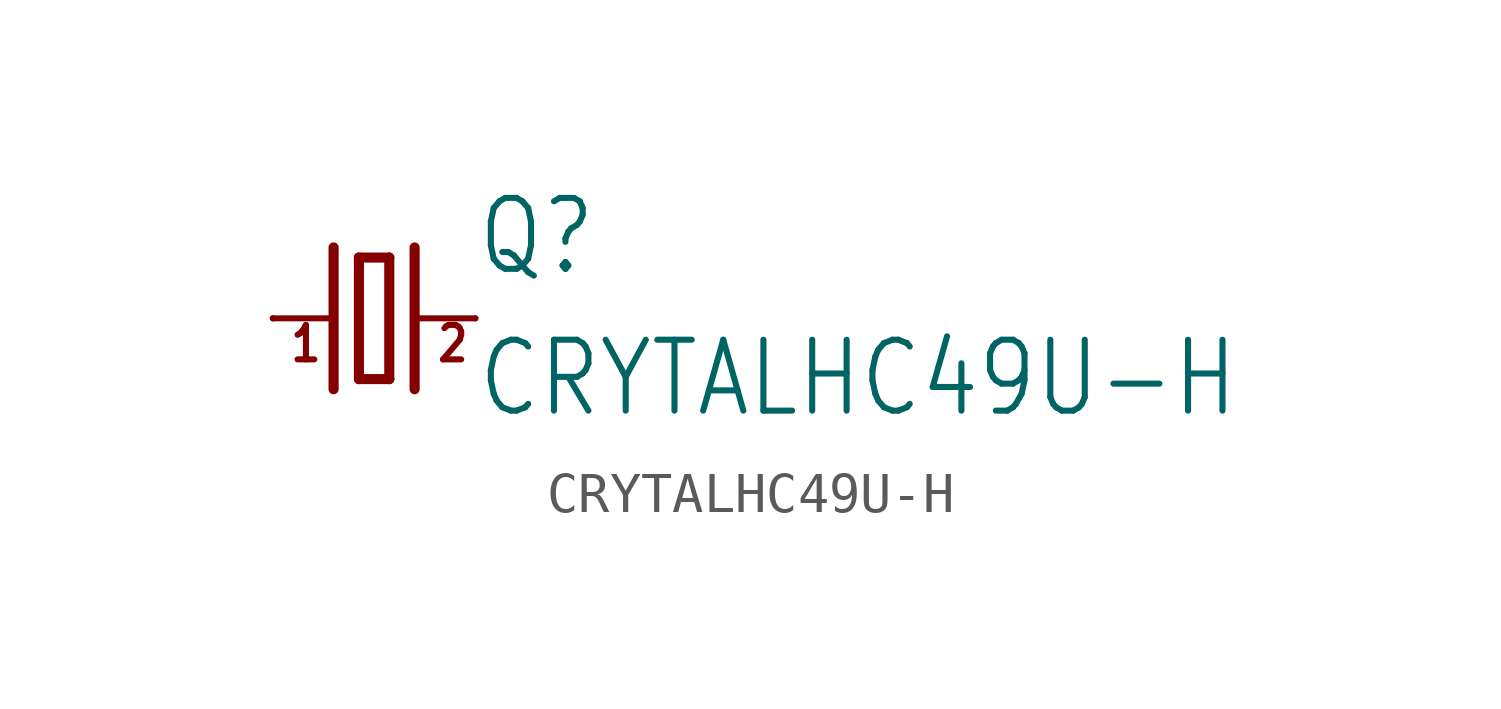
<source format=kicad_sym>
(kicad_symbol_lib
  (version 20211014)
  (generator kicad_symbol_editor)
  (symbol "CRYTALHC49U-H"
    (property "Reference" "Q"
      (at 2.54 1.016 0)
      (effects (font (size 1.778 1.511)) (justify left bottom)))
    (property "Value" "CRYTALHC49U-H"
      (at 2.54 -2.54 0)
      (effects (font (size 1.778 1.511)) (justify left bottom)))
    (property "ki_locked" ""
      (at 0 0 0)
      (effects (font (size 1.27 1.27))))
    (symbol "CRYTALHC49U-H_1_0"
      (polyline (pts (xy -2.54 0) (xy -1.016 0)) (stroke (width 0.152) (type default) (color 0 0 0 0)) (fill (type none)))
      (polyline (pts (xy -1.016 1.778) (xy -1.016 -1.778)) (stroke (width 0.254) (type default) (color 0 0 0 0)) (fill (type none)))
      (polyline (pts (xy -0.381 -1.524) (xy 0.381 -1.524)) (stroke (width 0.254) (type default) (color 0 0 0 0)) (fill (type none)))
      (polyline (pts (xy -0.381 1.524) (xy -0.381 -1.524)) (stroke (width 0.254) (type default) (color 0 0 0 0)) (fill (type none)))
      (polyline (pts (xy 0.381 -1.524) (xy 0.381 1.524)) (stroke (width 0.254) (type default) (color 0 0 0 0)) (fill (type none)))
      (polyline (pts (xy 0.381 1.524) (xy -0.381 1.524)) (stroke (width 0.254) (type default) (color 0 0 0 0)) (fill (type none)))
      (polyline (pts (xy 1.016 0) (xy 2.54 0)) (stroke (width 0.152) (type default) (color 0 0 0 0)) (fill (type none)))
      (polyline (pts (xy 1.016 1.778) (xy 1.016 -1.778)) (stroke (width 0.254) (type default) (color 0 0 0 0)) (fill (type none)))
      (text "1" (at -2.159 -1.143 0) (effects (font (size 0.864 0.734)) (justify left bottom)))
      (text "2" (at 1.524 -1.143 0) (effects (font (size 0.864 0.734)) (justify left bottom)))
      (pin passive line (at -2.54 0 0) (length 0) (name "1" (effects (font (size 0 0)))) (number "1" (effects (font (size 0 0)))))
      (pin passive line (at 2.54 0 180) (length 0) (name "2" (effects (font (size 0 0)))) (number "2" (effects (font (size 0 0))))))))
</source>
